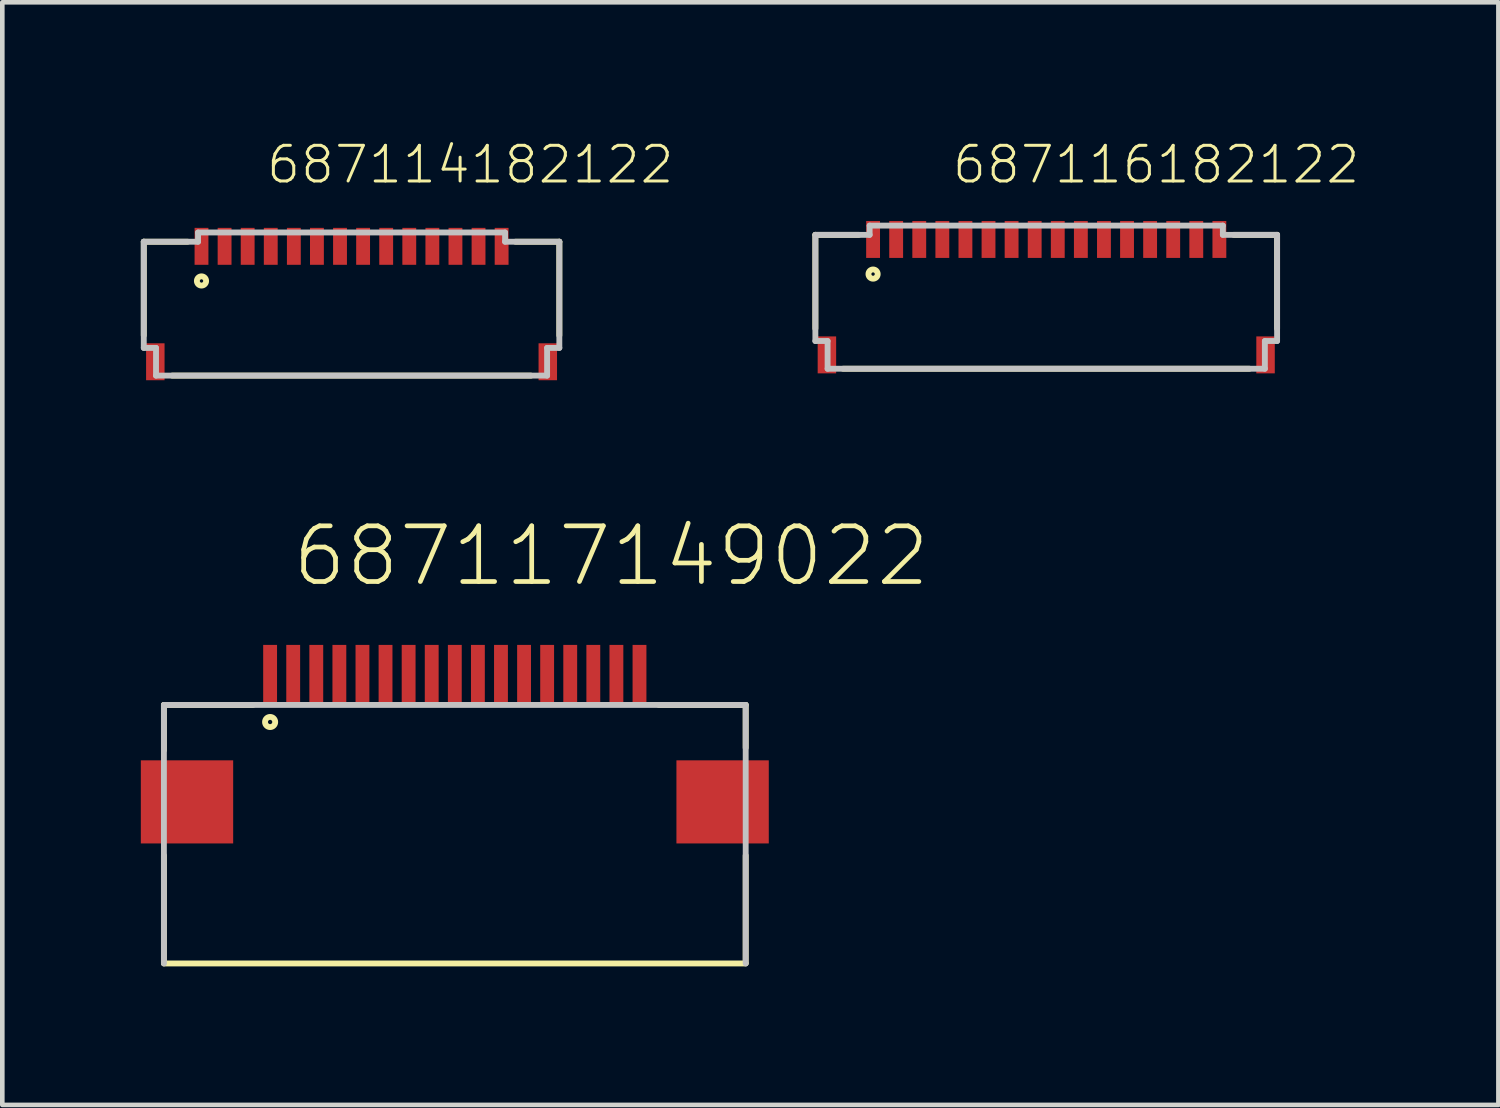
<source format=kicad_pcb>
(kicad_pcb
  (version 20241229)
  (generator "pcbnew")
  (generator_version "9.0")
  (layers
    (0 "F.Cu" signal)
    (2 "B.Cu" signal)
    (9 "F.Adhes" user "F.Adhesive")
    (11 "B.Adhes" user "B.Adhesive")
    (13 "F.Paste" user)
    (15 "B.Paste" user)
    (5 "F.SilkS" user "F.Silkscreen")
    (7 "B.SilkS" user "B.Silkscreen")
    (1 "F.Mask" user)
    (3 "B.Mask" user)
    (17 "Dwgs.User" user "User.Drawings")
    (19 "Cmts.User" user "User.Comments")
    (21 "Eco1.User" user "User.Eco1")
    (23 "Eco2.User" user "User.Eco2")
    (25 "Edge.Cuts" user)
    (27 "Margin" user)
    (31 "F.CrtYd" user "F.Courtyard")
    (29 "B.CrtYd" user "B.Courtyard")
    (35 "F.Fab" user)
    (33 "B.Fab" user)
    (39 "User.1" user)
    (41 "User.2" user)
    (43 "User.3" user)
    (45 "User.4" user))
  (footprint "687116182122"
    (layer "F.Cu")
    (at 19.609 3.386)
    (property "Reference" "687116182122" (at -2.073 -2.419 0) (layer "F.SilkS") (effects (font (size 0.772 0.772) (thickness 0.065)) (justify left bottom)))
    (attr through_hole)
    (fp_line (start -5 -1.35) (end -5 0.68) (stroke (width 0.127) (type solid)) (layer "F.SilkS"))
    (fp_line (start -4.4 1.55) (end 4.4 1.55) (stroke (width 0.127) (type solid)) (layer "F.SilkS"))
    (fp_line (start -4.06 -1.35) (end -5 -1.35) (stroke (width 0.127) (type solid)) (layer "F.SilkS"))
    (fp_line (start 5 -1.35) (end 4.06 -1.35) (stroke (width 0.127) (type solid)) (layer "F.SilkS"))
    (fp_line (start 5 -1.35) (end 5 0.68) (stroke (width 0.127) (type solid)) (layer "F.SilkS"))
    (fp_circle (center -3.75 -0.5) (end -3.65 -0.5) (stroke (width 0.127) (type solid)) (fill no) (layer "F.SilkS"))
    (fp_line (start -5 -1.35) (end -5 0.95) (stroke (width 0.127) (type solid)) (layer "Dwgs.User"))
    (fp_line (start -5 -1.35) (end -3.825 -1.35) (stroke (width 0.127) (type solid)) (layer "Dwgs.User"))
    (fp_line (start -5 0.95) (end -4.735 0.95) (stroke (width 0.127) (type solid)) (layer "Dwgs.User"))
    (fp_line (start -4.735 1.55) (end -4.735 0.95) (stroke (width 0.127) (type solid)) (layer "Dwgs.User"))
    (fp_line (start -4.735 1.55) (end 4.735 1.55) (stroke (width 0.127) (type solid)) (layer "Dwgs.User"))
    (fp_line (start -3.825 -1.55) (end -3.825 -1.35) (stroke (width 0.127) (type solid)) (layer "Dwgs.User"))
    (fp_line (start -3.825 -1.55) (end 3.825 -1.55) (stroke (width 0.127) (type solid)) (layer "Dwgs.User"))
    (fp_line (start 3.825 -1.55) (end 3.825 -1.35) (stroke (width 0.127) (type solid)) (layer "Dwgs.User"))
    (fp_line (start 3.825 -1.35) (end 5 -1.35) (stroke (width 0.127) (type solid)) (layer "Dwgs.User"))
    (fp_line (start 4.735 0.95) (end 5 0.95) (stroke (width 0.127) (type solid)) (layer "Dwgs.User"))
    (fp_line (start 4.735 1.55) (end 4.735 0.95) (stroke (width 0.127) (type solid)) (layer "Dwgs.User"))
    (fp_line (start 5 -1.35) (end 5 0.95) (stroke (width 0.127) (type solid)) (layer "Dwgs.User"))
    (pad "1" smd rect (at -3.75 -1.25 90) (size 0.8 0.3) (layers "F.Cu" "F.Mask" "F.Paste"))
    (pad "2" smd rect (at -3.25 -1.25 90) (size 0.8 0.3) (layers "F.Cu" "F.Mask" "F.Paste"))
    (pad "3" smd rect (at -2.75 -1.25 90) (size 0.8 0.3) (layers "F.Cu" "F.Mask" "F.Paste"))
    (pad "4" smd rect (at -2.25 -1.25 90) (size 0.8 0.3) (layers "F.Cu" "F.Mask" "F.Paste"))
    (pad "5" smd rect (at -1.75 -1.25 90) (size 0.8 0.3) (layers "F.Cu" "F.Mask" "F.Paste"))
    (pad "6" smd rect (at -1.25 -1.25 90) (size 0.8 0.3) (layers "F.Cu" "F.Mask" "F.Paste"))
    (pad "7" smd rect (at -0.75 -1.25 90) (size 0.8 0.3) (layers "F.Cu" "F.Mask" "F.Paste"))
    (pad "8" smd rect (at -0.25 -1.25 90) (size 0.8 0.3) (layers "F.Cu" "F.Mask" "F.Paste"))
    (pad "9" smd rect (at 0.25 -1.25 90) (size 0.8 0.3) (layers "F.Cu" "F.Mask" "F.Paste"))
    (pad "10" smd rect (at 0.75 -1.25 90) (size 0.8 0.3) (layers "F.Cu" "F.Mask" "F.Paste"))
    (pad "11" smd rect (at 1.25 -1.25 90) (size 0.8 0.3) (layers "F.Cu" "F.Mask" "F.Paste"))
    (pad "12" smd rect (at 1.75 -1.25 90) (size 0.8 0.3) (layers "F.Cu" "F.Mask" "F.Paste"))
    (pad "13" smd rect (at 2.25 -1.25 90) (size 0.8 0.3) (layers "F.Cu" "F.Mask" "F.Paste"))
    (pad "14" smd rect (at 2.75 -1.25 90) (size 0.8 0.3) (layers "F.Cu" "F.Mask" "F.Paste"))
    (pad "15" smd rect (at 3.25 -1.25 90) (size 0.8 0.3) (layers "F.Cu" "F.Mask" "F.Paste"))
    (pad "16" smd rect (at 3.75 -1.25 90) (size 0.8 0.3) (layers "F.Cu" "F.Mask" "F.Paste"))
    (pad "Z1" smd rect (at -4.75 1.25 90) (size 0.8 0.4) (layers "F.Cu" "F.Mask" "F.Paste"))
    (pad "Z2" smd rect (at 4.75 1.25 90) (size 0.8 0.4) (layers "F.Cu" "F.Mask" "F.Paste")))
  (footprint "687117149022"
    (layer "F.Cu")
    (at 6.8 11.567)
    (property "Reference" "687117149022" (at -3.57 -1.87 0) (layer "F.SilkS") (effects (font (size 1.206 1.206) (thickness 0.102)) (justify left bottom)))
    (attr through_hole)
    (fp_line (start -6.3 0.65) (end -6.3 1.63) (stroke (width 0.127) (type solid)) (layer "F.SilkS"))
    (fp_line (start -6.3 3.91) (end -6.3 6.24) (stroke (width 0.127) (type solid)) (layer "F.SilkS"))
    (fp_line (start -4.37 0.65) (end -6.3 0.65) (stroke (width 0.127) (type solid)) (layer "F.SilkS"))
    (fp_line (start 4.42 0.65) (end 6.3 0.65) (stroke (width 0.127) (type solid)) (layer "F.SilkS"))
    (fp_line (start 6.3 0.65) (end 6.3 1.58) (stroke (width 0.127) (type solid)) (layer "F.SilkS"))
    (fp_line (start 6.3 3.91) (end 6.3 6.24) (stroke (width 0.127) (type solid)) (layer "F.SilkS"))
    (fp_line (start 6.3 6.25) (end -6.3 6.25) (stroke (width 0.127) (type solid)) (layer "F.SilkS"))
    (fp_circle (center -4 1.02) (end -3.89 1.02) (stroke (width 0.127) (type solid)) (fill no) (layer "F.SilkS"))
    (fp_line (start -6.3 0.65) (end 6.3 0.65) (stroke (width 0.127) (type solid)) (layer "Dwgs.User"))
    (fp_line (start -6.3 6.25) (end -6.3 0.65) (stroke (width 0.127) (type solid)) (layer "Dwgs.User"))
    (fp_line (start 6.3 0.65) (end 6.3 6.25) (stroke (width 0.127) (type solid)) (layer "Dwgs.User"))
    (pad "1" smd rect (at -4 0) (size 0.3 1.3) (layers "F.Cu" "F.Mask" "F.Paste"))
    (pad "2" smd rect (at -3.5 0) (size 0.3 1.3) (layers "F.Cu" "F.Mask" "F.Paste"))
    (pad "3" smd rect (at -3 0) (size 0.3 1.3) (layers "F.Cu" "F.Mask" "F.Paste"))
    (pad "4" smd rect (at -2.5 0) (size 0.3 1.3) (layers "F.Cu" "F.Mask" "F.Paste"))
    (pad "5" smd rect (at -2 0) (size 0.3 1.3) (layers "F.Cu" "F.Mask" "F.Paste"))
    (pad "6" smd rect (at -1.5 0) (size 0.3 1.3) (layers "F.Cu" "F.Mask" "F.Paste"))
    (pad "7" smd rect (at -1 0) (size 0.3 1.3) (layers "F.Cu" "F.Mask" "F.Paste"))
    (pad "8" smd rect (at -0.5 0) (size 0.3 1.3) (layers "F.Cu" "F.Mask" "F.Paste"))
    (pad "9" smd rect (at 0 0) (size 0.3 1.3) (layers "F.Cu" "F.Mask" "F.Paste"))
    (pad "10" smd rect (at 0.5 0) (size 0.3 1.3) (layers "F.Cu" "F.Mask" "F.Paste"))
    (pad "11" smd rect (at 1 0) (size 0.3 1.3) (layers "F.Cu" "F.Mask" "F.Paste"))
    (pad "12" smd rect (at 1.5 0) (size 0.3 1.3) (layers "F.Cu" "F.Mask" "F.Paste"))
    (pad "13" smd rect (at 2 0) (size 0.3 1.3) (layers "F.Cu" "F.Mask" "F.Paste"))
    (pad "14" smd rect (at 2.5 0) (size 0.3 1.3) (layers "F.Cu" "F.Mask" "F.Paste"))
    (pad "15" smd rect (at 3 0) (size 0.3 1.3) (layers "F.Cu" "F.Mask" "F.Paste"))
    (pad "16" smd rect (at 3.5 0) (size 0.3 1.3) (layers "F.Cu" "F.Mask" "F.Paste"))
    (pad "17" smd rect (at 4 0) (size 0.3 1.3) (layers "F.Cu" "F.Mask" "F.Paste"))
    (pad "Z1" smd rect (at -5.8 2.75) (size 2 1.8) (layers "F.Cu" "F.Mask" "F.Paste"))
    (pad "Z2" smd rect (at 5.8 2.75) (size 2 1.8) (layers "F.Cu" "F.Mask" "F.Paste")))
  (footprint "687114182122"
    (layer "F.Cu")
    (at 4.564 3.535)
    (property "Reference" "687114182122" (at -1.883 -2.568 0) (layer "F.SilkS") (effects (font (size 0.772 0.772) (thickness 0.065)) (justify left bottom)))
    (attr through_hole)
    (fp_line (start -4.5 -1.35) (end -4.5 0.68) (stroke (width 0.127) (type solid)) (layer "F.SilkS"))
    (fp_line (start -3.885 1.55) (end 3.885 1.55) (stroke (width 0.127) (type solid)) (layer "F.SilkS"))
    (fp_line (start -3.55 -1.35) (end -4.5 -1.35) (stroke (width 0.127) (type solid)) (layer "F.SilkS"))
    (fp_line (start 3.55 -1.35) (end 4.5 -1.35) (stroke (width 0.127) (type solid)) (layer "F.SilkS"))
    (fp_line (start 4.5 -1.35) (end 4.5 0.68) (stroke (width 0.127) (type solid)) (layer "F.SilkS"))
    (fp_circle (center -3.25 -0.5) (end -3.15 -0.5) (stroke (width 0.127) (type solid)) (fill no) (layer "F.SilkS"))
    (fp_line (start -4.5 -1.35) (end -4.5 0.95) (stroke (width 0.127) (type solid)) (layer "Dwgs.User"))
    (fp_line (start -4.5 -1.35) (end -3.325 -1.35) (stroke (width 0.127) (type solid)) (layer "Dwgs.User"))
    (fp_line (start -4.5 0.95) (end -4.235 0.95) (stroke (width 0.127) (type solid)) (layer "Dwgs.User"))
    (fp_line (start -4.235 1.55) (end -4.235 0.95) (stroke (width 0.127) (type solid)) (layer "Dwgs.User"))
    (fp_line (start -4.235 1.55) (end 4.235 1.55) (stroke (width 0.127) (type solid)) (layer "Dwgs.User"))
    (fp_line (start -3.325 -1.55) (end -3.325 -1.35) (stroke (width 0.127) (type solid)) (layer "Dwgs.User"))
    (fp_line (start -3.325 -1.55) (end 3.325 -1.55) (stroke (width 0.127) (type solid)) (layer "Dwgs.User"))
    (fp_line (start 3.325 -1.55) (end 3.325 -1.35) (stroke (width 0.127) (type solid)) (layer "Dwgs.User"))
    (fp_line (start 3.325 -1.35) (end 4.5 -1.35) (stroke (width 0.127) (type solid)) (layer "Dwgs.User"))
    (fp_line (start 4.235 0.95) (end 4.5 0.95) (stroke (width 0.127) (type solid)) (layer "Dwgs.User"))
    (fp_line (start 4.235 1.55) (end 4.235 0.95) (stroke (width 0.127) (type solid)) (layer "Dwgs.User"))
    (fp_line (start 4.5 -1.35) (end 4.5 0.95) (stroke (width 0.127) (type solid)) (layer "Dwgs.User"))
    (pad "1" smd rect (at -3.25 -1.25 90) (size 0.8 0.3) (layers "F.Cu" "F.Mask" "F.Paste"))
    (pad "2" smd rect (at -2.75 -1.25 90) (size 0.8 0.3) (layers "F.Cu" "F.Mask" "F.Paste"))
    (pad "3" smd rect (at -2.25 -1.25 90) (size 0.8 0.3) (layers "F.Cu" "F.Mask" "F.Paste"))
    (pad "4" smd rect (at -1.75 -1.25 90) (size 0.8 0.3) (layers "F.Cu" "F.Mask" "F.Paste"))
    (pad "5" smd rect (at -1.25 -1.25 90) (size 0.8 0.3) (layers "F.Cu" "F.Mask" "F.Paste"))
    (pad "6" smd rect (at -0.75 -1.25 90) (size 0.8 0.3) (layers "F.Cu" "F.Mask" "F.Paste"))
    (pad "7" smd rect (at -0.25 -1.25 90) (size 0.8 0.3) (layers "F.Cu" "F.Mask" "F.Paste"))
    (pad "8" smd rect (at 0.25 -1.25 90) (size 0.8 0.3) (layers "F.Cu" "F.Mask" "F.Paste"))
    (pad "9" smd rect (at 0.75 -1.25 90) (size 0.8 0.3) (layers "F.Cu" "F.Mask" "F.Paste"))
    (pad "10" smd rect (at 1.25 -1.25 90) (size 0.8 0.3) (layers "F.Cu" "F.Mask" "F.Paste"))
    (pad "11" smd rect (at 1.75 -1.25 90) (size 0.8 0.3) (layers "F.Cu" "F.Mask" "F.Paste"))
    (pad "12" smd rect (at 2.25 -1.25 90) (size 0.8 0.3) (layers "F.Cu" "F.Mask" "F.Paste"))
    (pad "13" smd rect (at 2.75 -1.25 90) (size 0.8 0.3) (layers "F.Cu" "F.Mask" "F.Paste"))
    (pad "14" smd rect (at 3.25 -1.25 90) (size 0.8 0.3) (layers "F.Cu" "F.Mask" "F.Paste"))
    (pad "Z1" smd rect (at -4.25 1.25 90) (size 0.8 0.4) (layers "F.Cu" "F.Mask" "F.Paste"))
    (pad "Z2" smd rect (at 4.25 1.25 90) (size 0.8 0.4) (layers "F.Cu" "F.Mask" "F.Paste")))
  (gr_rect
    (start -3 -3)
    (end 29.402 20.88)
    (stroke (width 0.1) (type default))
    (fill no)
    (layer "Edge.Cuts")))
</source>
